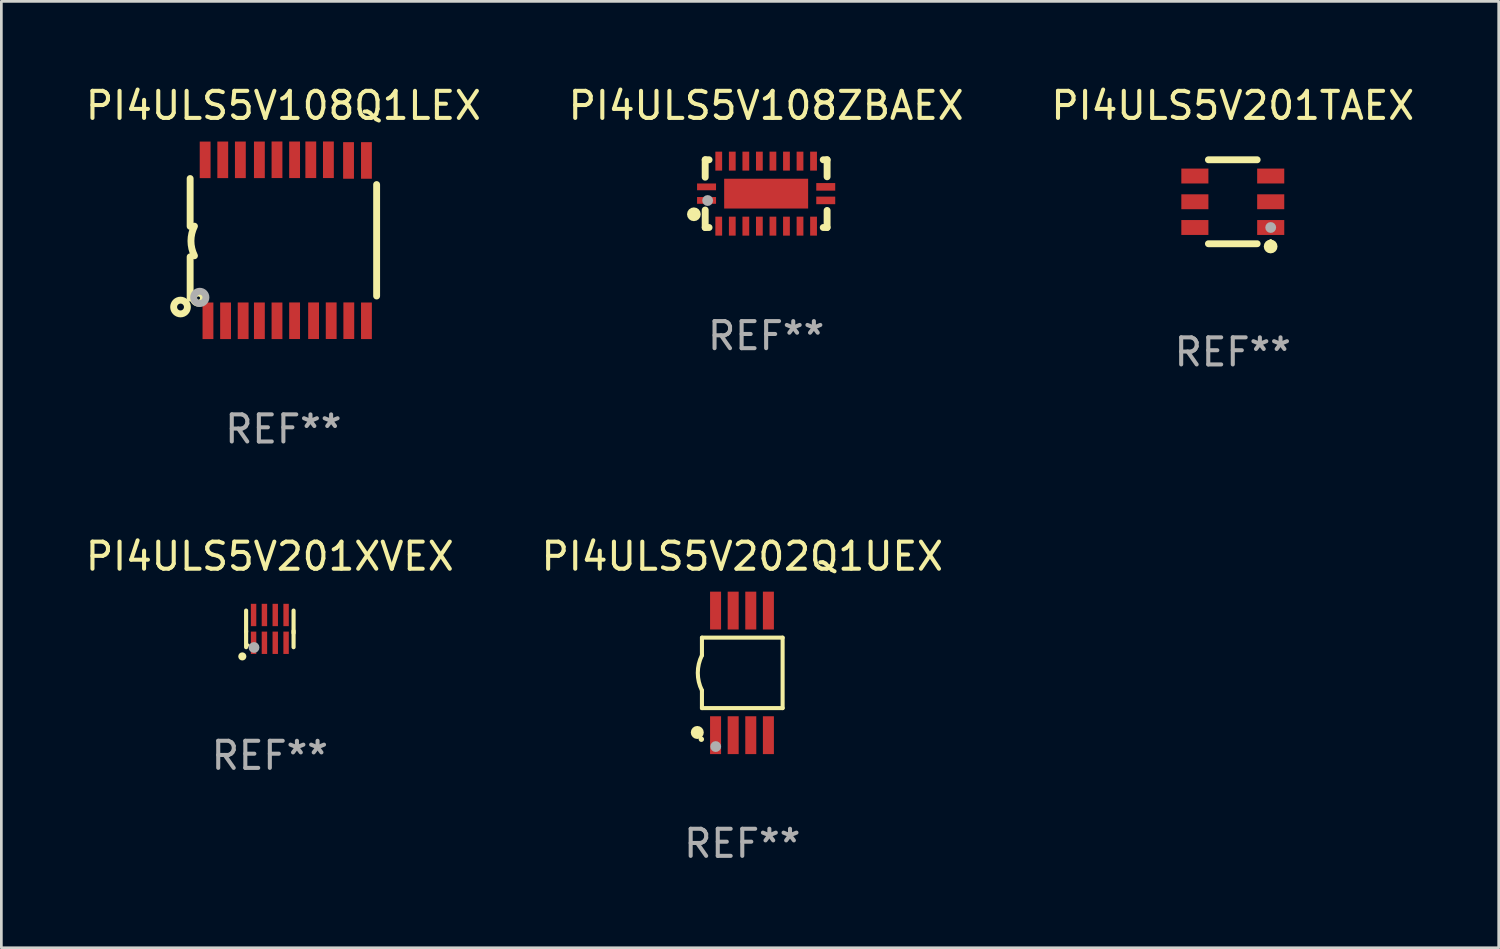
<source format=kicad_pcb>
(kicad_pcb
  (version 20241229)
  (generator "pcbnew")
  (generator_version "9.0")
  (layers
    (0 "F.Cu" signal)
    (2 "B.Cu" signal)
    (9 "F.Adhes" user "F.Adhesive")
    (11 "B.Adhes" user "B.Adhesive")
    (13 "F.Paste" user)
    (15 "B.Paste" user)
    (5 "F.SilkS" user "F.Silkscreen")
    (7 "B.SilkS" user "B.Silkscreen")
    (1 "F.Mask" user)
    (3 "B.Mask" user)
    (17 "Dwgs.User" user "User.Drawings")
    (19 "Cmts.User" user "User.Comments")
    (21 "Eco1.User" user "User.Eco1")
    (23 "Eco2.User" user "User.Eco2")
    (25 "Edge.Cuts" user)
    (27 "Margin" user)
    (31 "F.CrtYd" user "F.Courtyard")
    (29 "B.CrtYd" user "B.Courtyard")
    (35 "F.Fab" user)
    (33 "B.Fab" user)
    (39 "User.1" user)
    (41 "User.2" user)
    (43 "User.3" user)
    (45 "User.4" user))
  (footprint "PI4ULS5V201TAEX"
    (layer "F.Cu")
    (at 42.458 4.398)
    (property "Reference" "PI4ULS5V201TAEX" (at 0 -3.55 0) (layer "F.SilkS") (effects (font (size 1 1) (thickness 0.15))))
    (attr through_hole)
    (fp_line (start -0.9 -1.55) (end 0.9 -1.55) (stroke (width 0.254) (type solid)) (layer "F.SilkS"))
    (fp_line (start -0.9 1.55) (end 0.9 1.55) (stroke (width 0.254) (type solid)) (layer "F.SilkS"))
    (fp_circle (center 1.397 1.651) (end 1.524 1.651) (stroke (width 0.254) (type solid)) (fill no) (layer "F.SilkS"))
    (fp_circle (center 1.4 1.435) (end 1.43 1.435) (stroke (width 0.06) (type solid)) (fill no) (layer "F.SilkS"))
    (fp_circle (center 1.4 0.95) (end 1.5 0.95) (stroke (width 0.2) (type solid)) (fill no) (layer "F.Fab"))
    (fp_text user "REF**" (at 0 5.55 0) (layer "F.Fab") (effects (font (size 1 1) (thickness 0.15))))
    (pad "1" smd rect (at 1.4 0.95) (size 1 0.55) (layers "F.Cu" "F.Mask" "F.Paste"))
    (pad "2" smd rect (at 1.4 -0.000102) (size 1 0.55) (layers "F.Cu" "F.Mask" "F.Paste"))
    (pad "3" smd rect (at 1.4 -0.95) (size 1 0.55) (layers "F.Cu" "F.Mask" "F.Paste"))
    (pad "4" smd rect (at -1.4 -0.95) (size 1 0.55) (layers "F.Cu" "F.Mask" "F.Paste"))
    (pad "5" smd rect (at -1.4 -0.000102) (size 1 0.55) (layers "F.Cu" "F.Mask" "F.Paste"))
    (pad "6" smd rect (at -1.4 0.95) (size 1 0.55) (layers "F.Cu" "F.Mask" "F.Paste")))
  (footprint "PI4ULS5V108ZBAEX"
    (layer "F.Cu")
    (at 25.232 4.098)
    (property "Reference" "PI4ULS5V108ZBAEX" (at 0 -3.25 0) (layer "F.SilkS") (effects (font (size 1 1) (thickness 0.15))))
    (attr through_hole)
    (fp_line (start -2.25 0.605) (end -2.25 1.25) (stroke (width 0.254) (type solid)) (layer "F.SilkS"))
    (fp_line (start -2.25 1.25) (end -2.107 1.25) (stroke (width 0.254) (type solid)) (layer "F.SilkS"))
    (fp_line (start -2.25 -1.25) (end -2.25 -0.606) (stroke (width 0.254) (type solid)) (layer "F.SilkS"))
    (fp_line (start -2.25 -1.25) (end -2.107 -1.25) (stroke (width 0.254) (type solid)) (layer "F.SilkS"))
    (fp_line (start 2.107 -1.25) (end 2.25 -1.25) (stroke (width 0.254) (type solid)) (layer "F.SilkS"))
    (fp_line (start 2.107 1.25) (end 2.25 1.25) (stroke (width 0.254) (type solid)) (layer "F.SilkS"))
    (fp_line (start 2.25 -1.25) (end 2.25 -0.622) (stroke (width 0.254) (type solid)) (layer "F.SilkS"))
    (fp_line (start 2.25 0.62) (end 2.25 1.25) (stroke (width 0.254) (type solid)) (layer "F.SilkS"))
    (fp_circle (center -2.667 0.762) (end -2.54 0.762) (stroke (width 0.254) (type solid)) (fill no) (layer "F.SilkS"))
    (fp_circle (center -2.25 1.249) (end -2.22 1.249) (stroke (width 0.06) (type solid)) (fill no) (layer "F.SilkS"))
    (fp_circle (center -2.159 0.254) (end -2.059 0.254) (stroke (width 0.2) (type solid)) (fill no) (layer "F.Fab"))
    (fp_text user "REF**" (at 0 5.25 0) (layer "F.Fab") (effects (font (size 1 1) (thickness 0.15))))
    (pad "1" smd rect (at -2.2 0.25 180) (size 0.7 0.25) (layers "F.Cu" "F.Mask" "F.Paste"))
    (pad "2" smd rect (at -1.75 1.2 90) (size 0.7 0.25) (layers "F.Cu" "F.Mask" "F.Paste"))
    (pad "3" smd rect (at -1.25 1.2 90) (size 0.7 0.25) (layers "F.Cu" "F.Mask" "F.Paste"))
    (pad "4" smd rect (at -0.75 1.2 90) (size 0.7 0.25) (layers "F.Cu" "F.Mask" "F.Paste"))
    (pad "5" smd rect (at -0.25 1.2 90) (size 0.7 0.25) (layers "F.Cu" "F.Mask" "F.Paste"))
    (pad "6" smd rect (at 0.25 1.2 90) (size 0.7 0.25) (layers "F.Cu" "F.Mask" "F.Paste"))
    (pad "7" smd rect (at 0.75 1.2 90) (size 0.7 0.25) (layers "F.Cu" "F.Mask" "F.Paste"))
    (pad "8" smd rect (at 1.25 1.2 90) (size 0.7 0.25) (layers "F.Cu" "F.Mask" "F.Paste"))
    (pad "9" smd rect (at 1.75 1.2 90) (size 0.7 0.25) (layers "F.Cu" "F.Mask" "F.Paste"))
    (pad "10" smd rect (at 2.2 0.25 180) (size 0.7 0.28) (layers "F.Cu" "F.Mask" "F.Paste"))
    (pad "11" smd rect (at 2.2 -0.25 180) (size 0.7 0.28) (layers "F.Cu" "F.Mask" "F.Paste"))
    (pad "12" smd rect (at 1.75 -1.2 90) (size 0.7 0.25) (layers "F.Cu" "F.Mask" "F.Paste"))
    (pad "13" smd rect (at 1.25 -1.2 90) (size 0.7 0.25) (layers "F.Cu" "F.Mask" "F.Paste"))
    (pad "14" smd rect (at 0.75 -1.2 90) (size 0.7 0.25) (layers "F.Cu" "F.Mask" "F.Paste"))
    (pad "15" smd rect (at 0.25 -1.2 90) (size 0.7 0.25) (layers "F.Cu" "F.Mask" "F.Paste"))
    (pad "16" smd rect (at -0.25 -1.2 90) (size 0.7 0.25) (layers "F.Cu" "F.Mask" "F.Paste"))
    (pad "17" smd rect (at -0.75 -1.2 90) (size 0.7 0.25) (layers "F.Cu" "F.Mask" "F.Paste"))
    (pad "18" smd rect (at -1.25 -1.2 90) (size 0.7 0.25) (layers "F.Cu" "F.Mask" "F.Paste"))
    (pad "19" smd rect (at -1.75 -1.2 90) (size 0.7 0.25) (layers "F.Cu" "F.Mask" "F.Paste"))
    (pad "20" smd rect (at -2.2 -0.25 180) (size 0.7 0.25) (layers "F.Cu" "F.Mask" "F.Paste"))
    (pad "21" smd rect (at 0 -0.000013 180) (size 3.1 1.1) (layers "F.Cu" "F.Mask" "F.Paste")))
  (footprint "PI4ULS5V201XVEX"
    (layer "F.Cu")
    (at 6.911 20.165)
    (property "Reference" "PI4ULS5V201XVEX" (at 0 -2.676 0) (layer "F.SilkS") (effects (font (size 1 1) (thickness 0.15))))
    (attr through_hole)
    (fp_line (start -0.876 -0.676) (end -0.876 0.107) (stroke (width 0.152) (type solid)) (layer "F.SilkS"))
    (fp_line (start -0.876 0.676) (end -0.876 0.077) (stroke (width 0.152) (type solid)) (layer "F.SilkS"))
    (fp_line (start 0.876 -0.676) (end 0.876 0.152) (stroke (width 0.152) (type solid)) (layer "F.SilkS"))
    (fp_line (start 0.876 0.676) (end 0.876 0.077) (stroke (width 0.152) (type solid)) (layer "F.SilkS"))
    (fp_circle (center -1.016 1.016) (end -0.941 1.016) (stroke (width 0.15) (type solid)) (fill no) (layer "F.SilkS"))
    (fp_circle (center -0.8 0.6) (end -0.77 0.6) (stroke (width 0.06) (type solid)) (fill no) (layer "F.SilkS"))
    (fp_circle (center -0.584 0.687) (end -0.484 0.687) (stroke (width 0.2) (type solid)) (fill no) (layer "F.Fab"))
    (fp_text user "REF**" (at 0 4.676 0) (layer "F.Fab") (effects (font (size 1 1) (thickness 0.15))))
    (pad "1" smd rect (at -0.6 0.513) (size 0.2 0.825) (layers "F.Cu" "F.Mask" "F.Paste"))
    (pad "2" smd rect (at -0.2 0.513) (size 0.2 0.825) (layers "F.Cu" "F.Mask" "F.Paste"))
    (pad "3" smd rect (at 0.2 0.513) (size 0.2 0.825) (layers "F.Cu" "F.Mask" "F.Paste"))
    (pad "4" smd rect (at 0.6 0.513) (size 0.2 0.825) (layers "F.Cu" "F.Mask" "F.Paste"))
    (pad "5" smd rect (at 0.6 -0.513) (size 0.2 0.825) (layers "F.Cu" "F.Mask" "F.Paste"))
    (pad "6" smd rect (at 0.2 -0.513) (size 0.2 0.825) (layers "F.Cu" "F.Mask" "F.Paste"))
    (pad "7" smd rect (at -0.2 -0.513) (size 0.2 0.825) (layers "F.Cu" "F.Mask" "F.Paste"))
    (pad "8" smd rect (at -0.6 -0.513) (size 0.2 0.825) (layers "F.Cu" "F.Mask" "F.Paste")))
  (footprint "PI4ULS5V108Q1LEX"
    (layer "F.Cu")
    (at 7.411 5.82)
    (property "Reference" "PI4ULS5V108Q1LEX" (at 0 -4.972 0) (layer "F.SilkS") (effects (font (size 1 1) (thickness 0.15))))
    (attr through_hole)
    (fp_line (start -3.442 -0.514) (end -3.442 -2.28) (stroke (width 0.254) (type solid)) (layer "F.SilkS"))
    (fp_line (start -3.442 0.61) (end -3.442 2.134) (stroke (width 0.254) (type solid)) (layer "F.SilkS"))
    (fp_line (start 3.442 -2.057) (end 3.442 2.057) (stroke (width 0.254) (type solid)) (layer "F.SilkS"))
    (fp_arc (start -3.282957 0.571502) (mid -3.411874 0.0254) (end -3.282957 -0.520701) (stroke (width 0.254001) (type solid)) (layer "F.SilkS"))
    (fp_circle (center -3.797 2.464) (end -3.543 2.464) (stroke (width 0.254) (type solid)) (fill no) (layer "F.SilkS"))
    (fp_circle (center -3.137 2.134) (end -3.077 2.134) (stroke (width 0.254) (type solid)) (fill no) (layer "F.SilkS"))
    (fp_circle (center -3.086 2.108) (end -2.986 2.108) (stroke (width 0.254) (type solid)) (fill no) (layer "F.Fab"))
    (fp_text user "REF**" (at 0 6.972 0) (layer "F.Fab") (effects (font (size 1 1) (thickness 0.15))))
    (pad "1" smd rect (at -2.784 2.972 90) (size 1.35 0.4) (layers "F.Cu" "F.Mask" "F.Paste"))
    (pad "2" smd rect (at -2.134 2.972 270) (size 1.35 0.4) (layers "F.Cu" "F.Mask" "F.Paste"))
    (pad "3" smd rect (at -1.485 2.971 270) (size 1.35 0.4) (layers "F.Cu" "F.Mask" "F.Paste"))
    (pad "4" smd rect (at -0.886 2.971 270) (size 1.35 0.4) (layers "F.Cu" "F.Mask" "F.Paste"))
    (pad "5" smd rect (at -0.236 2.972 270) (size 1.35 0.4) (layers "F.Cu" "F.Mask" "F.Paste"))
    (pad "6" smd rect (at 0.414 2.97 270) (size 1.35 0.4) (layers "F.Cu" "F.Mask" "F.Paste"))
    (pad "7" smd rect (at 1.115 2.97 270) (size 1.35 0.4) (layers "F.Cu" "F.Mask" "F.Paste"))
    (pad "8" smd rect (at 1.765 2.969 270) (size 1.35 0.4) (layers "F.Cu" "F.Mask" "F.Paste"))
    (pad "9" smd rect (at 2.415 2.969 270) (size 1.35 0.4) (layers "F.Cu" "F.Mask" "F.Paste"))
    (pad "10" smd rect (at 3.066 2.972 270) (size 1.35 0.4) (layers "F.Cu" "F.Mask" "F.Paste"))
    (pad "11" smd rect (at 3.066 -2.947 270) (size 1.35 0.4) (layers "F.Cu" "F.Mask" "F.Paste"))
    (pad "12" smd rect (at 2.405 -2.947 270) (size 1.35 0.4) (layers "F.Cu" "F.Mask" "F.Paste"))
    (pad "13" smd rect (at 1.662 -2.972 90) (size 1.35 0.4) (layers "F.Cu" "F.Mask" "F.Paste"))
    (pad "14" smd rect (at 1.012 -2.972 90) (size 1.35 0.4) (layers "F.Cu" "F.Mask" "F.Paste"))
    (pad "15" smd rect (at 0.414 -2.971 90) (size 1.35 0.4) (layers "F.Cu" "F.Mask" "F.Paste"))
    (pad "16" smd rect (at -0.236 -2.972 90) (size 1.35 0.4) (layers "F.Cu" "F.Mask" "F.Paste"))
    (pad "17" smd rect (at -0.886 -2.97 90) (size 1.35 0.4) (layers "F.Cu" "F.Mask" "F.Paste"))
    (pad "18" smd rect (at -1.588 -2.97 90) (size 1.35 0.4) (layers "F.Cu" "F.Mask" "F.Paste"))
    (pad "19" smd rect (at -2.238 -2.97 90) (size 1.35 0.4) (layers "F.Cu" "F.Mask" "F.Paste"))
    (pad "20" smd rect (at -2.888 -2.969 90) (size 1.35 0.4) (layers "F.Cu" "F.Mask" "F.Paste")))
  (footprint "PI4ULS5V202Q1UEX"
    (layer "F.Cu")
    (at 24.351 21.789)
    (property "Reference" "PI4ULS5V202Q1UEX" (at 0 -4.3 0) (layer "F.SilkS") (effects (font (size 1 1) (thickness 0.15))))
    (attr through_hole)
    (fp_line (start -1.489 -1.3) (end -1.489 -0.648) (stroke (width 0.15) (type solid)) (layer "F.SilkS"))
    (fp_line (start -1.489 0.648) (end -1.489 1.3) (stroke (width 0.15) (type solid)) (layer "F.SilkS"))
    (fp_line (start -1.489 1.3) (end 1.489 1.3) (stroke (width 0.15) (type solid)) (layer "F.SilkS"))
    (fp_line (start 1.489 -1.3) (end -1.489 -1.3) (stroke (width 0.15) (type solid)) (layer "F.SilkS"))
    (fp_line (start 1.489 1.3) (end 1.489 -1.3) (stroke (width 0.15) (type solid)) (layer "F.SilkS"))
    (fp_arc (start -1.489205 0.647702) (mid -1.642107 0) (end -1.489205 -0.647701) (stroke (width 0.150013) (type solid)) (layer "F.SilkS"))
    (fp_circle (center -1.661 2.2) (end -1.541 2.2) (stroke (width 0.24) (type solid)) (fill no) (layer "F.SilkS"))
    (fp_circle (center -1.511 2.45) (end -1.461 2.45) (stroke (width 0.1) (type solid)) (fill no) (layer "F.SilkS"))
    (fp_circle (center -0.981 2.72) (end -0.881 2.72) (stroke (width 0.2) (type solid)) (fill no) (layer "F.Fab"))
    (fp_text user "REF**" (at 0 6.3 0) (layer "F.Fab") (effects (font (size 1 1) (thickness 0.15))))
    (pad "1" smd rect (at -0.986 2.3) (size 0.406 1.397) (layers "F.Cu" "F.Mask" "F.Paste"))
    (pad "2" smd rect (at -0.336 2.3) (size 0.406 1.397) (layers "F.Cu" "F.Mask" "F.Paste"))
    (pad "3" smd rect (at 0.314 2.3) (size 0.406 1.397) (layers "F.Cu" "F.Mask" "F.Paste"))
    (pad "4" smd rect (at 0.964 2.3) (size 0.406 1.397) (layers "F.Cu" "F.Mask" "F.Paste"))
    (pad "5" smd rect (at 0.964 -2.3) (size 0.406 1.397) (layers "F.Cu" "F.Mask" "F.Paste"))
    (pad "6" smd rect (at 0.314 -2.3) (size 0.406 1.397) (layers "F.Cu" "F.Mask" "F.Paste"))
    (pad "7" smd rect (at -0.336 -2.3) (size 0.406 1.397) (layers "F.Cu" "F.Mask" "F.Paste"))
    (pad "8" smd rect (at -0.986 -2.3) (size 0.406 1.397) (layers "F.Cu" "F.Mask" "F.Paste")))
  (gr_rect
    (start -3 -3)
    (end 52.274 31.937)
    (stroke (width 0.1) (type default))
    (fill no)
    (layer "Edge.Cuts")))
</source>
